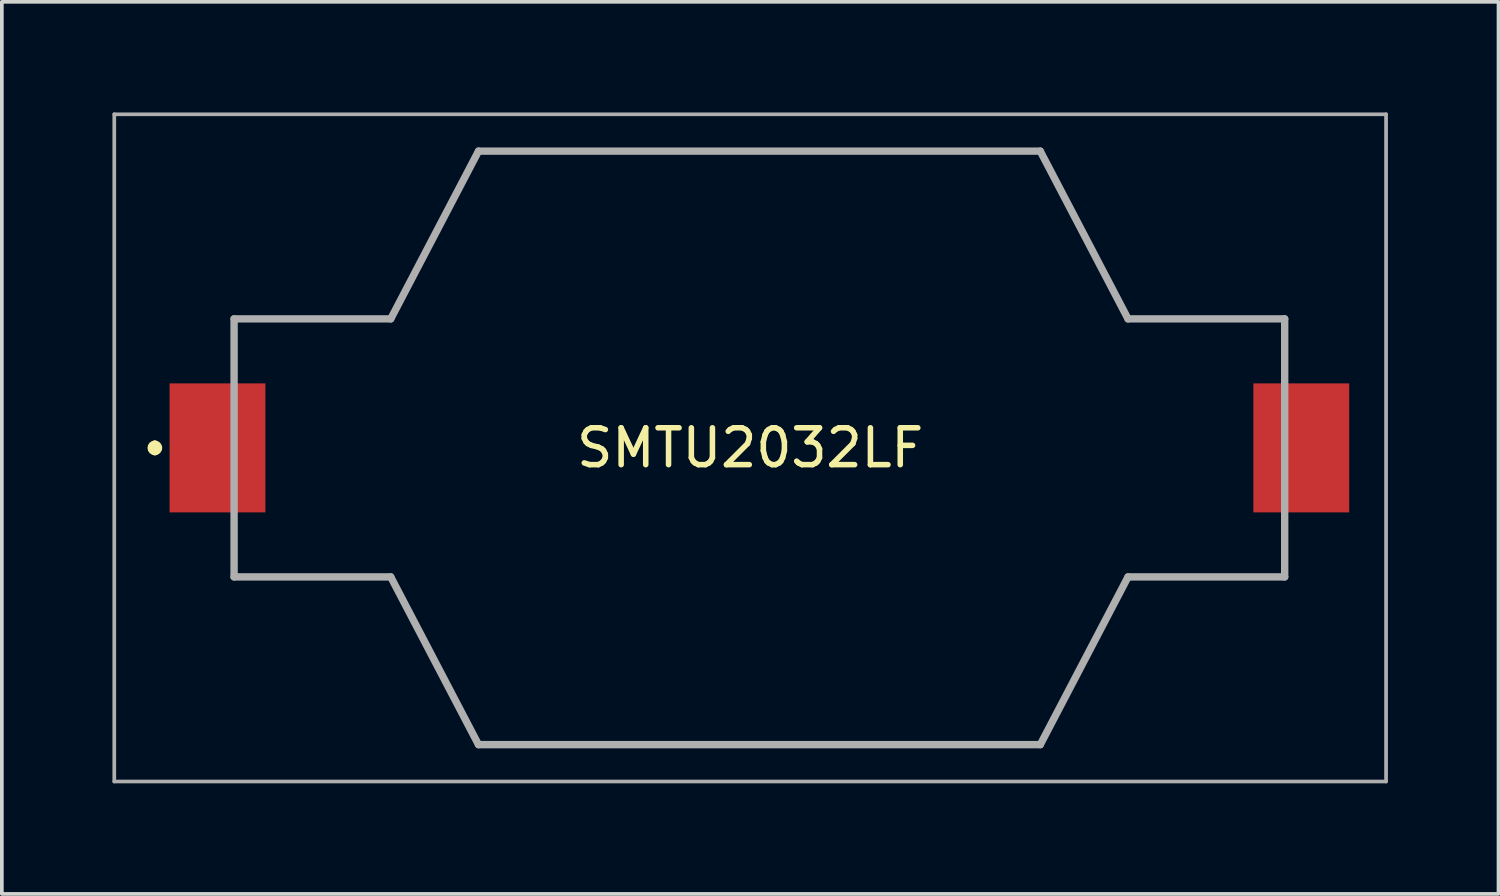
<source format=kicad_pcb>
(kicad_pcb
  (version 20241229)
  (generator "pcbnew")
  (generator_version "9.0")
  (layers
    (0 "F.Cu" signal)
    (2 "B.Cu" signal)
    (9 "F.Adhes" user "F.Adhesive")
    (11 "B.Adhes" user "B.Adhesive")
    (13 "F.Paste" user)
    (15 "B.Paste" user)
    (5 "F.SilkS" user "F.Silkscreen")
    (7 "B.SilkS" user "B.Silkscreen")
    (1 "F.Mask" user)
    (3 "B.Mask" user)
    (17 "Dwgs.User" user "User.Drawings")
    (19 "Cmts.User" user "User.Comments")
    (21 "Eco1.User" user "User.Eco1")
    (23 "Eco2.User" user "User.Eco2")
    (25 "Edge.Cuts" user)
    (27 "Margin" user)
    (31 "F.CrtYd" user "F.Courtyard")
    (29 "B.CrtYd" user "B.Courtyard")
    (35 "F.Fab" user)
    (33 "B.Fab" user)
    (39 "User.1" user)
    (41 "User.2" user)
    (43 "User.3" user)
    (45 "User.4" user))
  (footprint "SMTU2032LF"
    (layer "F.Cu")
    (at 17.55 9.1)
    (property "Reference" "SMTU2032LF" (at -0.25 0 0) (layer "F.SilkS") (effects (font (size 1 1) (thickness 0.15))))
    (attr smd)
    (fp_line (start -16.4 -0.1) (end -16.4 -0.1) (stroke (width 0.2) (type solid)) (layer "F.SilkS"))
    (fp_line (start -16.4 0.1) (end -16.4 0.1) (stroke (width 0.2) (type solid)) (layer "F.SilkS"))
    (fp_line (start -14.25 -3.5) (end -10 -3.5) (stroke (width 0.1) (type solid)) (layer "F.SilkS"))
    (fp_line (start -14.25 3.5) (end -10 3.5) (stroke (width 0.1) (type solid)) (layer "F.SilkS"))
    (fp_line (start -10 -3.5) (end -7.62 -8.05) (stroke (width 0.1) (type solid)) (layer "F.SilkS"))
    (fp_line (start -10 3.5) (end -7.62 8.05) (stroke (width 0.1) (type solid)) (layer "F.SilkS"))
    (fp_line (start -7.62 -8.05) (end 7.62 -8.05) (stroke (width 0.1) (type solid)) (layer "F.SilkS"))
    (fp_line (start -7.62 8.05) (end 7.62 8.05) (stroke (width 0.1) (type solid)) (layer "F.SilkS"))
    (fp_line (start 7.62 -8.05) (end 10 -3.5) (stroke (width 0.1) (type solid)) (layer "F.SilkS"))
    (fp_line (start 7.62 8.05) (end 10 3.5) (stroke (width 0.1) (type solid)) (layer "F.SilkS"))
    (fp_line (start 10 -3.5) (end 14.25 -3.5) (stroke (width 0.1) (type solid)) (layer "F.SilkS"))
    (fp_line (start 10 3.5) (end 14.25 3.5) (stroke (width 0.1) (type solid)) (layer "F.SilkS"))
    (fp_arc (start -16.4 -0.1) (mid -16.3 0) (end -16.4 0.1) (stroke (width 0.2) (type solid)) (layer "F.SilkS"))
    (fp_arc (start -16.4 0.1) (mid -16.5 0) (end -16.4 -0.1) (stroke (width 0.2) (type solid)) (layer "F.SilkS"))
    (fp_line (start -17.5 -9.05) (end 17 -9.05) (stroke (width 0.1) (type solid)) (layer "F.Fab"))
    (fp_line (start -17.5 9.05) (end -17.5 -9.05) (stroke (width 0.1) (type solid)) (layer "F.Fab"))
    (fp_line (start -14.25 -3.5) (end -14.25 3.5) (stroke (width 0.2) (type solid)) (layer "F.Fab"))
    (fp_line (start -14.25 -3.5) (end -10 -3.5) (stroke (width 0.2) (type solid)) (layer "F.Fab"))
    (fp_line (start -14.25 3.5) (end -10 3.5) (stroke (width 0.2) (type solid)) (layer "F.Fab"))
    (fp_line (start -10 3.5) (end -7.62 8.05) (stroke (width 0.2) (type solid)) (layer "F.Fab"))
    (fp_line (start -7.62 -8.05) (end -10 -3.5) (stroke (width 0.2) (type solid)) (layer "F.Fab"))
    (fp_line (start -7.62 -8.05) (end 7.62 -8.05) (stroke (width 0.2) (type solid)) (layer "F.Fab"))
    (fp_line (start -7.62 8.05) (end 7.62 8.05) (stroke (width 0.2) (type solid)) (layer "F.Fab"))
    (fp_line (start 7.62 8.05) (end 10 3.5) (stroke (width 0.2) (type solid)) (layer "F.Fab"))
    (fp_line (start 10 -3.5) (end 7.62 -8.05) (stroke (width 0.2) (type solid)) (layer "F.Fab"))
    (fp_line (start 14.25 -3.5) (end 10 -3.5) (stroke (width 0.2) (type solid)) (layer "F.Fab"))
    (fp_line (start 14.25 -3.5) (end 14.25 3.5) (stroke (width 0.2) (type solid)) (layer "F.Fab"))
    (fp_line (start 14.25 3.5) (end 10 3.5) (stroke (width 0.2) (type solid)) (layer "F.Fab"))
    (fp_line (start 17 -9.05) (end 17 9.05) (stroke (width 0.1) (type solid)) (layer "F.Fab"))
    (fp_line (start 17 9.05) (end -17.5 9.05) (stroke (width 0.1) (type solid)) (layer "F.Fab"))
    (pad "1" smd rect (at -14.7 0 90) (size 3.5 2.6) (layers "F.Cu" "F.Mask" "F.Paste"))
    (pad "2" smd rect (at 14.7 0 90) (size 3.5 2.6) (layers "F.Cu" "F.Mask" "F.Paste")))
  (gr_rect
    (start -3 -3)
    (end 37.6 21.2)
    (stroke (width 0.1) (type default))
    (fill no)
    (layer "Edge.Cuts")))
</source>
